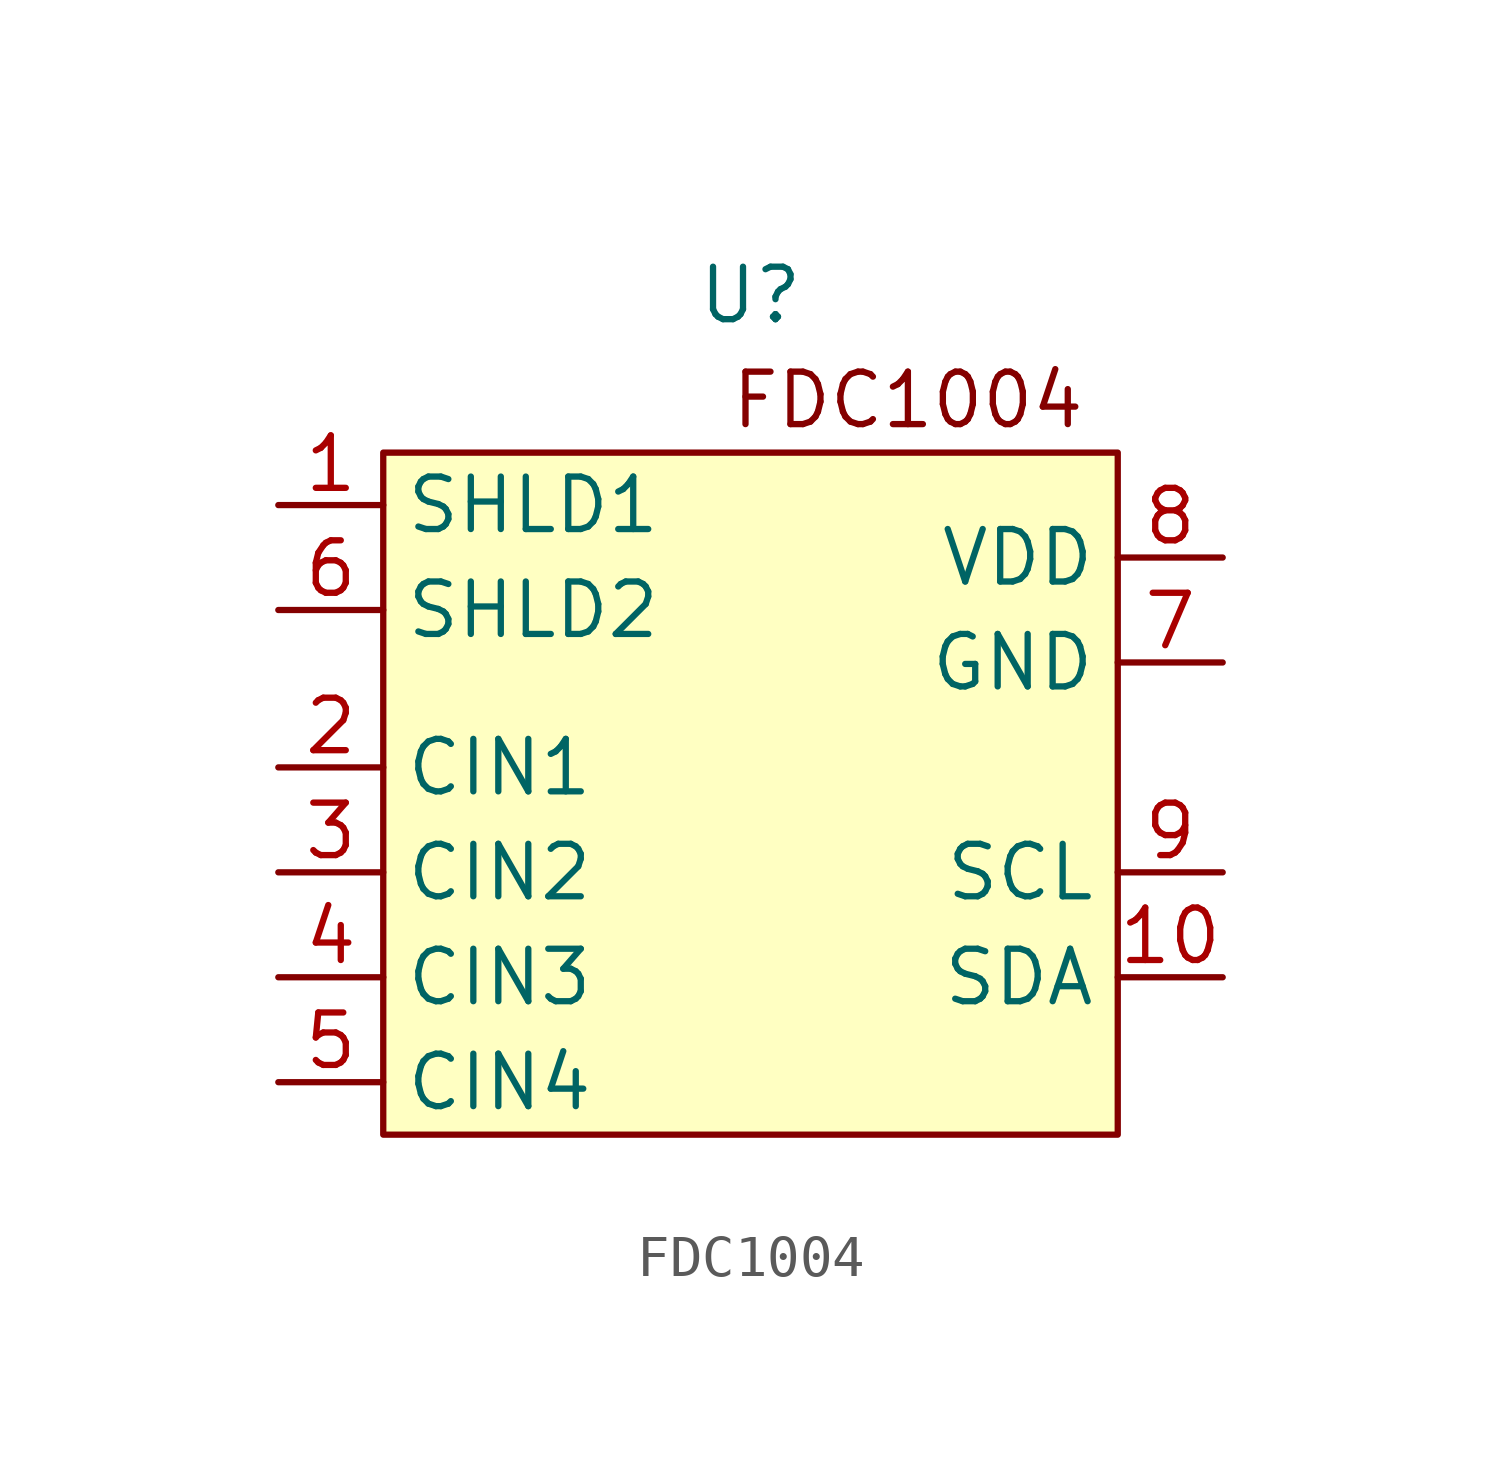
<source format=kicad_sym>
(kicad_symbol_lib
  (version 20220914)
  (generator kicad_symbol_editor)
  (symbol "FDC1004"
    (property "Reference" "U"
      (at 0 2.54 0)
      (effects (font (size 1.27 1.27))))
    (property "Value" ""
      (at 0 0 0)
      (effects (font (size 1.27 1.27))))
    (symbol "FDC1004_1_1"
      (rectangle (start -8.89 -1.27) (end 8.89 -17.78) (stroke (width 0) (type default)) (fill (type background)))
      (text "FDC1004" (at 3.81 0 0) (effects (font (size 1.27 1.27))))
      (pin input line (at -11.43 -2.54 0) (length 2.54) (name "SHLD1" (effects (font (size 1.27 1.27)))) (number "1" (effects (font (size 1.27 1.27)))))
      (pin bidirectional line (at 11.43 -13.97 180) (length 2.54) (name "SDA" (effects (font (size 1.27 1.27)))) (number "10" (effects (font (size 1.27 1.27)))))
      (pin input line (at -11.43 -8.89 0) (length 2.54) (name "CIN1" (effects (font (size 1.27 1.27)))) (number "2" (effects (font (size 1.27 1.27)))))
      (pin input line (at -11.43 -11.43 0) (length 2.54) (name "CIN2" (effects (font (size 1.27 1.27)))) (number "3" (effects (font (size 1.27 1.27)))))
      (pin input line (at -11.43 -13.97 0) (length 2.54) (name "CIN3" (effects (font (size 1.27 1.27)))) (number "4" (effects (font (size 1.27 1.27)))))
      (pin input line (at -11.43 -16.51 0) (length 2.54) (name "CIN4" (effects (font (size 1.27 1.27)))) (number "5" (effects (font (size 1.27 1.27)))))
      (pin input line (at -11.43 -5.08 0) (length 2.54) (name "SHLD2" (effects (font (size 1.27 1.27)))) (number "6" (effects (font (size 1.27 1.27)))))
      (pin passive line (at 11.43 -6.35 180) (length 2.54) (name "GND" (effects (font (size 1.27 1.27)))) (number "7" (effects (font (size 1.27 1.27)))))
      (pin power_in line (at 11.43 -3.81 180) (length 2.54) (name "VDD" (effects (font (size 1.27 1.27)))) (number "8" (effects (font (size 1.27 1.27)))))
      (pin input line (at 11.43 -11.43 180) (length 2.54) (name "SCL" (effects (font (size 1.27 1.27)))) (number "9" (effects (font (size 1.27 1.27))))))))
</source>
